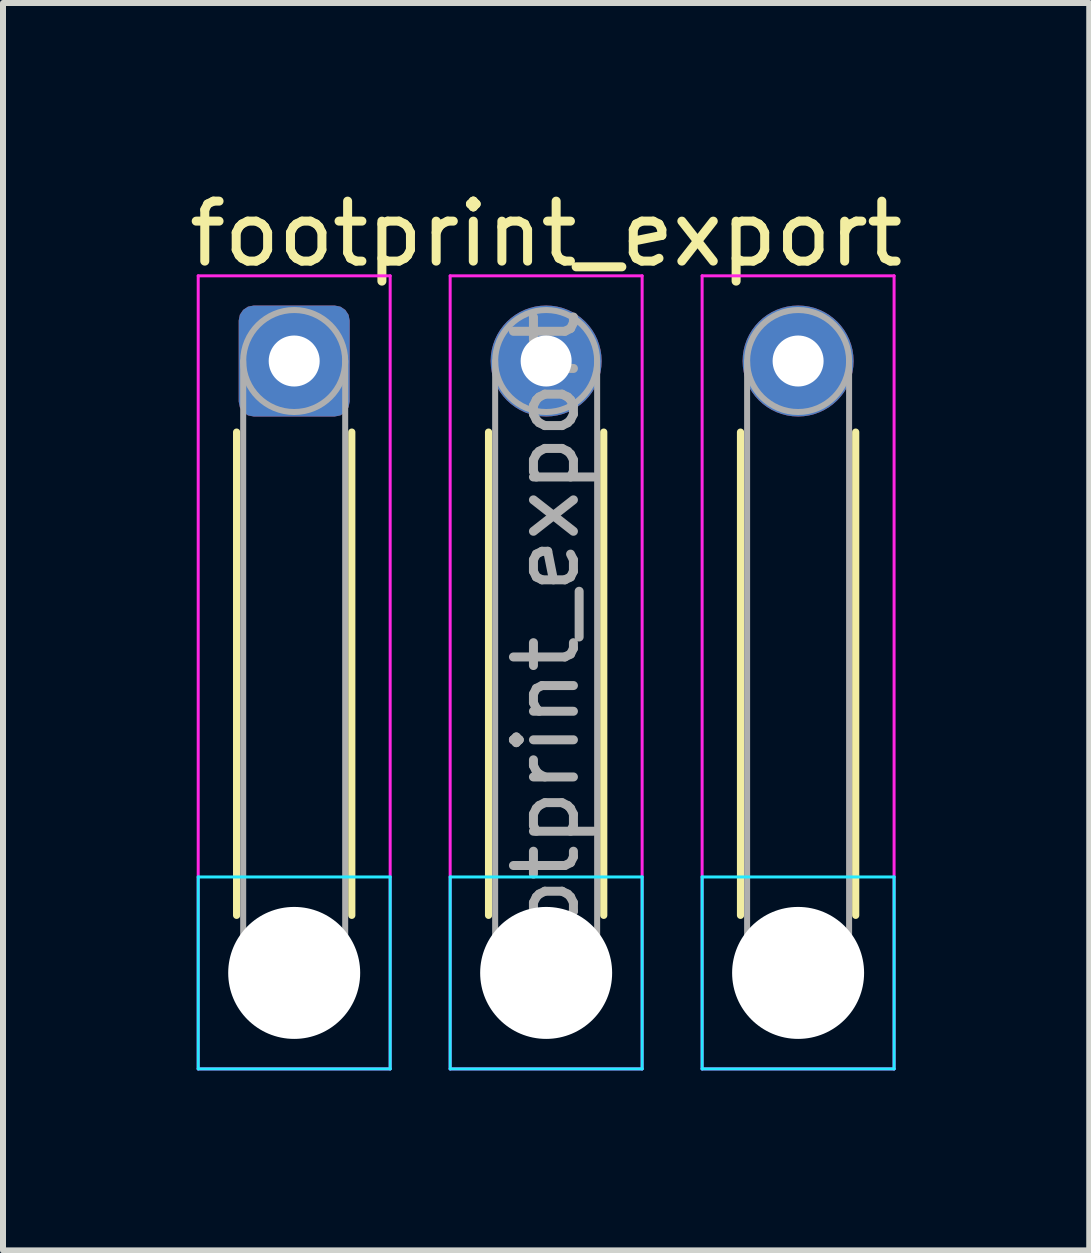
<source format=kicad_pcb>
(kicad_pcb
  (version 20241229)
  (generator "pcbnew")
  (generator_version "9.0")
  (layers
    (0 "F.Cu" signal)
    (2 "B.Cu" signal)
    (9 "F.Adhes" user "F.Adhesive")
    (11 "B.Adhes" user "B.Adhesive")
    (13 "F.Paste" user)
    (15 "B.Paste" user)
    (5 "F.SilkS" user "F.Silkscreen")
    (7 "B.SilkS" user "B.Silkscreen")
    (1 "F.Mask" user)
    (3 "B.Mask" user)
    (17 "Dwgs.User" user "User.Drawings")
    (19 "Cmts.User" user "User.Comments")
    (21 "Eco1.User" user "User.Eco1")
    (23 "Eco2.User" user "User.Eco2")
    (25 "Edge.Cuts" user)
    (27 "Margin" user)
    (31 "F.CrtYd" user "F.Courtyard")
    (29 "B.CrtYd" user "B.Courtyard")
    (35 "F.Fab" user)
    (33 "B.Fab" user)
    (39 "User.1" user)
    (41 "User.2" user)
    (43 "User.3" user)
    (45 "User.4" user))
  (footprint "footprint_export"
    (layer "F.Cu")
    (at 1.854 2.968)
    (property "Reference" "footprint_export" (at 4.2 -2.12 0) (layer "F.SilkS") (effects (font (size 1 1) (thickness 0.15))))
    (attr exclude_from_pos_files exclude_from_bom)
    (fp_line (start -0.96 1.185) (end -0.96 9.24) (stroke (width 0.12) (type solid)) (layer "F.SilkS"))
    (fp_line (start 0.96 1.185) (end 0.96 9.24) (stroke (width 0.12) (type solid)) (layer "F.SilkS"))
    (fp_line (start 3.24 1.185) (end 3.24 9.24) (stroke (width 0.12) (type solid)) (layer "F.SilkS"))
    (fp_line (start 5.16 1.185) (end 5.16 9.24) (stroke (width 0.12) (type solid)) (layer "F.SilkS"))
    (fp_line (start 7.44 1.185) (end 7.44 9.24) (stroke (width 0.12) (type solid)) (layer "F.SilkS"))
    (fp_line (start 9.36 1.185) (end 9.36 9.24) (stroke (width 0.12) (type solid)) (layer "F.SilkS"))
    (fp_line (start -1.6 8.6) (end -1.6 11.8) (stroke (width 0.05) (type solid)) (layer "B.CrtYd"))
    (fp_line (start -1.6 11.8) (end 1.6 11.8) (stroke (width 0.05) (type solid)) (layer "B.CrtYd"))
    (fp_line (start 1.6 8.6) (end -1.6 8.6) (stroke (width 0.05) (type solid)) (layer "B.CrtYd"))
    (fp_line (start 1.6 11.8) (end 1.6 8.6) (stroke (width 0.05) (type solid)) (layer "B.CrtYd"))
    (fp_line (start 2.6 8.6) (end 2.6 11.8) (stroke (width 0.05) (type solid)) (layer "B.CrtYd"))
    (fp_line (start 2.6 11.8) (end 5.8 11.8) (stroke (width 0.05) (type solid)) (layer "B.CrtYd"))
    (fp_line (start 5.8 8.6) (end 2.6 8.6) (stroke (width 0.05) (type solid)) (layer "B.CrtYd"))
    (fp_line (start 5.8 11.8) (end 5.8 8.6) (stroke (width 0.05) (type solid)) (layer "B.CrtYd"))
    (fp_line (start 6.8 8.6) (end 6.8 11.8) (stroke (width 0.05) (type solid)) (layer "B.CrtYd"))
    (fp_line (start 6.8 11.8) (end 10 11.8) (stroke (width 0.05) (type solid)) (layer "B.CrtYd"))
    (fp_line (start 10 8.6) (end 6.8 8.6) (stroke (width 0.05) (type solid)) (layer "B.CrtYd"))
    (fp_line (start 10 11.8) (end 10 8.6) (stroke (width 0.05) (type solid)) (layer "B.CrtYd"))
    (fp_line (start -1.6 -1.42) (end -1.6 11.8) (stroke (width 0.05) (type solid)) (layer "F.CrtYd"))
    (fp_line (start -1.6 11.8) (end 1.6 11.8) (stroke (width 0.05) (type solid)) (layer "F.CrtYd"))
    (fp_line (start 1.6 -1.42) (end -1.6 -1.42) (stroke (width 0.05) (type solid)) (layer "F.CrtYd"))
    (fp_line (start 1.6 11.8) (end 1.6 -1.42) (stroke (width 0.05) (type solid)) (layer "F.CrtYd"))
    (fp_line (start 2.6 -1.42) (end 2.6 11.8) (stroke (width 0.05) (type solid)) (layer "F.CrtYd"))
    (fp_line (start 2.6 11.8) (end 5.8 11.8) (stroke (width 0.05) (type solid)) (layer "F.CrtYd"))
    (fp_line (start 5.8 -1.42) (end 2.6 -1.42) (stroke (width 0.05) (type solid)) (layer "F.CrtYd"))
    (fp_line (start 5.8 11.8) (end 5.8 -1.42) (stroke (width 0.05) (type solid)) (layer "F.CrtYd"))
    (fp_line (start 6.8 -1.42) (end 6.8 11.8) (stroke (width 0.05) (type solid)) (layer "F.CrtYd"))
    (fp_line (start 6.8 11.8) (end 10 11.8) (stroke (width 0.05) (type solid)) (layer "F.CrtYd"))
    (fp_line (start 10 -1.42) (end 6.8 -1.42) (stroke (width 0.05) (type solid)) (layer "F.CrtYd"))
    (fp_line (start 10 11.8) (end 10 -1.42) (stroke (width 0.05) (type solid)) (layer "F.CrtYd"))
    (fp_line (start -0.85 0) (end -0.85 10.2) (stroke (width 0.1) (type solid)) (layer "F.Fab"))
    (fp_line (start 0.85 0) (end 0.85 10.2) (stroke (width 0.1) (type solid)) (layer "F.Fab"))
    (fp_line (start 3.35 0) (end 3.35 10.2) (stroke (width 0.1) (type solid)) (layer "F.Fab"))
    (fp_line (start 5.05 0) (end 5.05 10.2) (stroke (width 0.1) (type solid)) (layer "F.Fab"))
    (fp_line (start 7.55 0) (end 7.55 10.2) (stroke (width 0.1) (type solid)) (layer "F.Fab"))
    (fp_line (start 9.25 0) (end 9.25 10.2) (stroke (width 0.1) (type solid)) (layer "F.Fab"))
    (fp_circle (center 0 0) (end 0.85 0) (stroke (width 0.1) (type solid)) (fill no) (layer "F.Fab"))
    (fp_circle (center 0 10.2) (end 0.85 10.2) (stroke (width 0.1) (type solid)) (fill no) (layer "F.Fab"))
    (fp_circle (center 4.2 0) (end 5.05 0) (stroke (width 0.1) (type solid)) (fill no) (layer "F.Fab"))
    (fp_circle (center 4.2 10.2) (end 5.05 10.2) (stroke (width 0.1) (type solid)) (fill no) (layer "F.Fab"))
    (fp_circle (center 8.4 0) (end 9.25 0) (stroke (width 0.1) (type solid)) (fill no) (layer "F.Fab"))
    (fp_circle (center 8.4 10.2) (end 9.25 10.2) (stroke (width 0.1) (type solid)) (fill no) (layer "F.Fab"))
    (fp_text user "${REFERENCE}" (at 4.2 5.1 90) (layer "F.Fab") (effects (font (size 1 1) (thickness 0.15))))
    (pad "" np_thru_hole circle (at 0 10.2) (size 2.2 2.2) (drill 2.2) (layers "*.Cu" "*.Mask"))
    (pad "" np_thru_hole circle (at 4.2 10.2) (size 2.2 2.2) (drill 2.2) (layers "*.Cu" "*.Mask"))
    (pad "" np_thru_hole circle (at 8.4 10.2) (size 2.2 2.2) (drill 2.2) (layers "*.Cu" "*.Mask"))
    (pad "1" thru_hole roundrect (at 0 0) (size 1.85 1.85) (drill 0.85) (layers "*.Cu" "*.Mask") (roundrect_rratio 0.135))
    (pad "2" thru_hole circle (at 4.2 0) (size 1.85 1.85) (drill 0.85) (layers "*.Cu" "*.Mask"))
    (pad "3" thru_hole circle (at 8.4 0) (size 1.85 1.85) (drill 0.85) (layers "*.Cu" "*.Mask")))
  (gr_rect
    (start -3 -3)
    (end 15.107 17.793)
    (stroke (width 0.1) (type default))
    (fill no)
    (layer "Edge.Cuts")))
</source>
